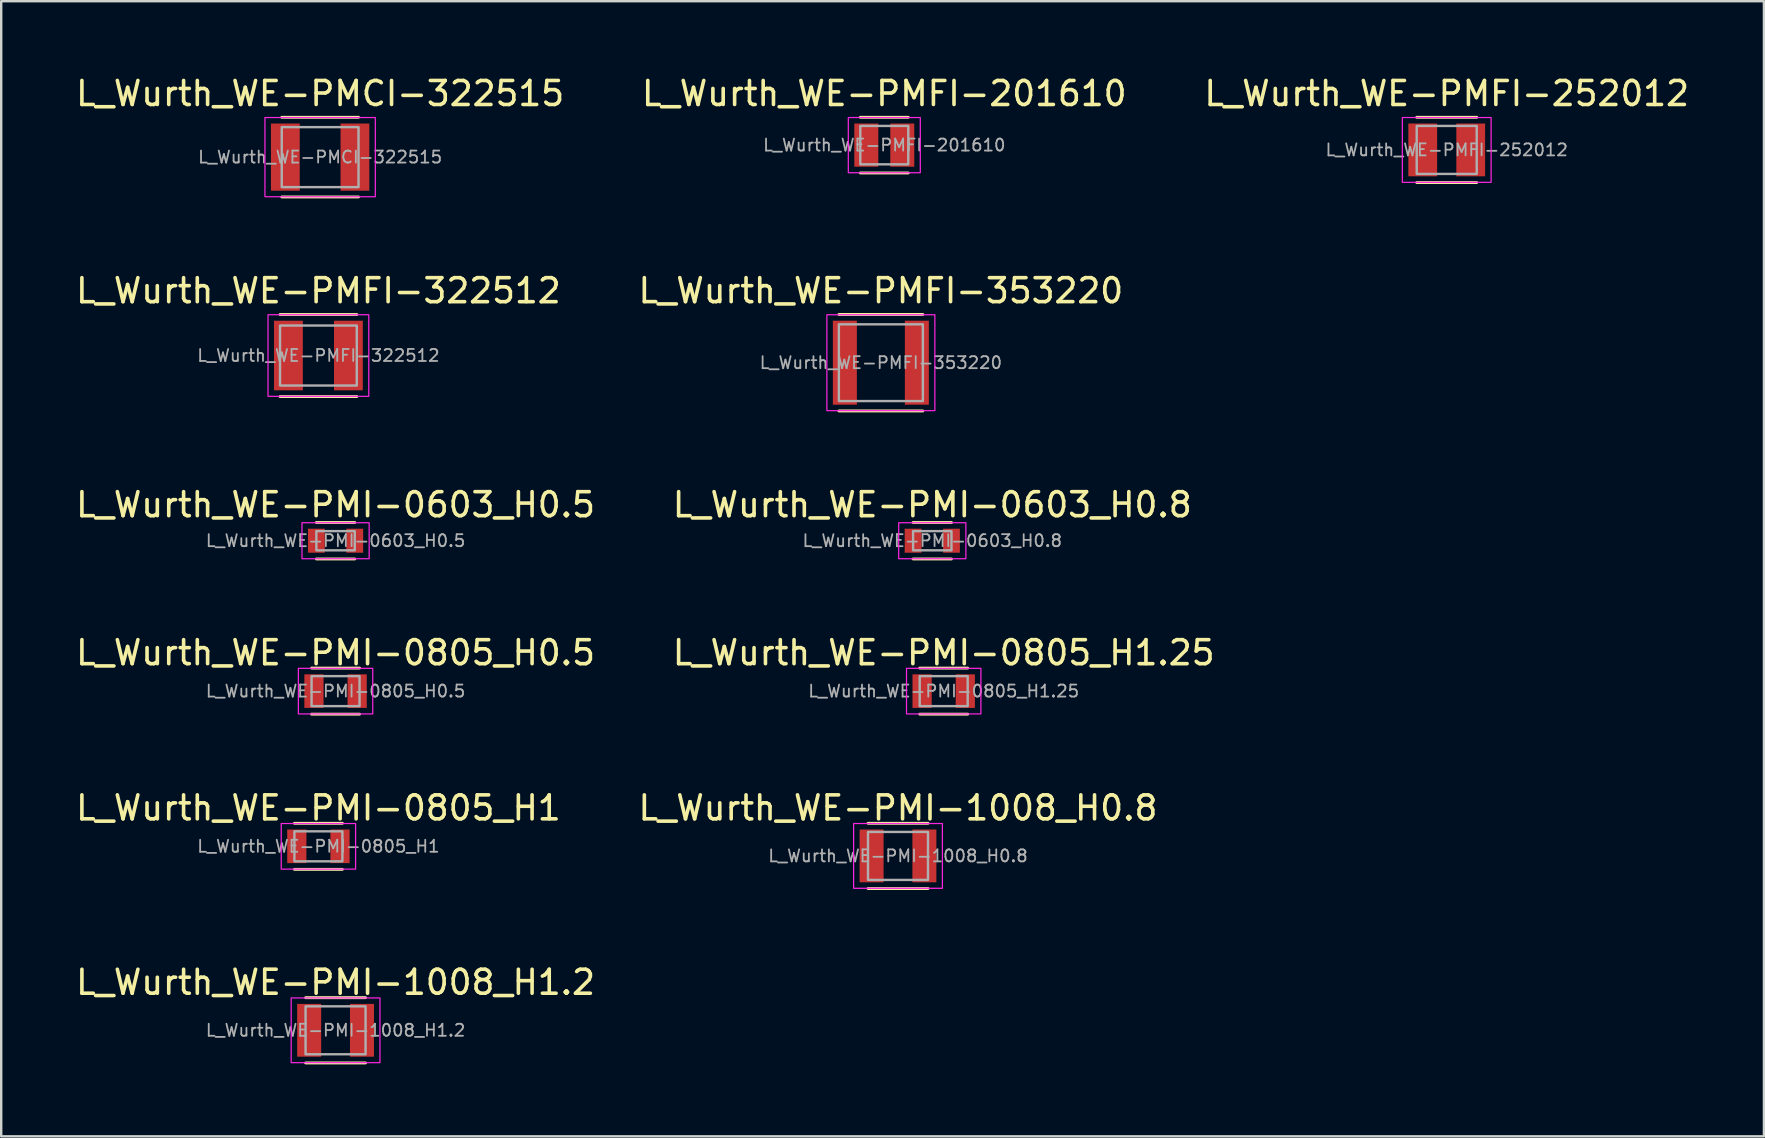
<source format=kicad_pcb>
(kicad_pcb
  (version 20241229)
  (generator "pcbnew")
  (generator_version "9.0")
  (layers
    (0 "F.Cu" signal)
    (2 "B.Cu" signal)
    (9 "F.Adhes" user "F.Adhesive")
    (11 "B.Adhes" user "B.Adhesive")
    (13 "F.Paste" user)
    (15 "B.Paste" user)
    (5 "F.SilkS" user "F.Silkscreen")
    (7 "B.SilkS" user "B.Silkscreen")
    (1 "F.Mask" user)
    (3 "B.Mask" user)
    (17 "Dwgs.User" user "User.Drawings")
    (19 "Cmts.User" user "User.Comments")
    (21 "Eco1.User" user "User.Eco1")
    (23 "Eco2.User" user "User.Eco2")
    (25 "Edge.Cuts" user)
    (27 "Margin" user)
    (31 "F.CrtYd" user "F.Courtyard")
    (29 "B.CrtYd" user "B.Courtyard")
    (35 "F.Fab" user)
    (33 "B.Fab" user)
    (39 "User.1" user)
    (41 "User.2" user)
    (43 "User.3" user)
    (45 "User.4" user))
  (footprint "L_Wurth_WE-PMI-0603_H0.8"
    (layer "F.Cu")
    (at 35.804 19.485)
    (property "Reference" "L_Wurth_WE-PMI-0603_H0.8" (at 0 -1.5 0) (unlocked yes) (layer "F.SilkS") (effects (font (size 1 1) (thickness 0.15))))
    (attr smd)
    (fp_line (start -0.8 -0.76) (end 0.8 -0.76) (stroke (width 0.12) (type solid)) (layer "F.SilkS"))
    (fp_line (start -0.8 0.76) (end 0.8 0.76) (stroke (width 0.12) (type solid)) (layer "F.SilkS"))
    (fp_rect (start -1.4 -0.75) (end 1.4 0.75) (stroke (width 0.05) (type solid)) (fill no) (layer "F.CrtYd"))
    (fp_rect (start -0.8 -0.4) (end 0.8 0.4) (stroke (width 0.1) (type solid)) (fill no) (layer "F.Fab"))
    (fp_text user "${REFERENCE}" (at 0 0 0) (unlocked yes) (layer "F.Fab") (effects (font (size 0.5 0.5) (thickness 0.075))))
    (pad "1" smd rect (at -0.8 0) (size 0.7 1) (layers "F.Cu" "F.Mask" "F.Paste"))
    (pad "2" smd rect (at 0.8 0) (size 0.7 1) (layers "F.Cu" "F.Mask" "F.Paste")))
  (footprint "L_Wurth_WE-PMI-0805_H0.5"
    (layer "F.Cu")
    (at 10.935 25.753)
    (property "Reference" "L_Wurth_WE-PMI-0805_H0.5" (at 0 -1.6 0) (unlocked yes) (layer "F.SilkS") (effects (font (size 1 1) (thickness 0.15))))
    (attr smd)
    (fp_line (start -1 -0.96) (end 1 -0.96) (stroke (width 0.12) (type solid)) (layer "F.SilkS"))
    (fp_line (start -1 0.96) (end 1 0.96) (stroke (width 0.12) (type solid)) (layer "F.SilkS"))
    (fp_rect (start -1.55 -0.95) (end 1.55 0.95) (stroke (width 0.05) (type solid)) (fill no) (layer "F.CrtYd"))
    (fp_rect (start -1 -0.625) (end 1 0.625) (stroke (width 0.1) (type solid)) (fill no) (layer "F.Fab"))
    (fp_text user "${REFERENCE}" (at 0 0 0) (unlocked yes) (layer "F.Fab") (effects (font (size 0.5 0.5) (thickness 0.075))))
    (pad "1" smd rect (at -0.9 0) (size 0.8 1.4) (layers "F.Cu" "F.Mask" "F.Paste"))
    (pad "2" smd rect (at 0.9 0) (size 0.8 1.4) (layers "F.Cu" "F.Mask" "F.Paste")))
  (footprint "L_Wurth_WE-PMFI-353220"
    (layer "F.Cu")
    (at 33.661 12.066)
    (property "Reference" "L_Wurth_WE-PMFI-353220" (at 0 -3 0) (unlocked yes) (layer "F.SilkS") (effects (font (size 1 1) (thickness 0.15))))
    (attr smd)
    (fp_line (start -1.75 -2.01) (end 1.75 -2.01) (stroke (width 0.12) (type solid)) (layer "F.SilkS"))
    (fp_line (start -1.75 2.01) (end 1.75 2.01) (stroke (width 0.12) (type solid)) (layer "F.SilkS"))
    (fp_rect (start -2.25 -2) (end 2.25 2) (stroke (width 0.05) (type solid)) (fill no) (layer "F.CrtYd"))
    (fp_rect (start -1.75 -1.6) (end 1.75 1.6) (stroke (width 0.1) (type solid)) (fill no) (layer "F.Fab"))
    (fp_text user "${REFERENCE}" (at 0 0 0) (unlocked yes) (layer "F.Fab") (effects (font (size 0.5 0.5) (thickness 0.075))))
    (pad "1" smd rect (at -1.5 0) (size 1 3.5) (layers "F.Cu" "F.Mask" "F.Paste"))
    (pad "2" smd rect (at 1.5 0) (size 1 3.5) (layers "F.Cu" "F.Mask" "F.Paste")))
  (footprint "L_Wurth_WE-PMFI-322512"
    (layer "F.Cu")
    (at 10.22 11.767)
    (property "Reference" "L_Wurth_WE-PMFI-322512" (at 0 -2.7 0) (unlocked yes) (layer "F.SilkS") (effects (font (size 1 1) (thickness 0.15))))
    (attr smd)
    (fp_line (start -1.6 -1.71) (end 1.6 -1.71) (stroke (width 0.12) (type solid)) (layer "F.SilkS"))
    (fp_line (start -1.6 1.71) (end 1.6 1.71) (stroke (width 0.12) (type solid)) (layer "F.SilkS"))
    (fp_rect (start -2.1 -1.7) (end 2.1 1.7) (stroke (width 0.05) (type solid)) (fill no) (layer "F.CrtYd"))
    (fp_rect (start -1.6 -1.25) (end 1.6 1.25) (stroke (width 0.1) (type solid)) (fill no) (layer "F.Fab"))
    (fp_text user "${REFERENCE}" (at 0 0 0) (unlocked yes) (layer "F.Fab") (effects (font (size 0.5 0.5) (thickness 0.075))))
    (pad "1" smd rect (at -1.25 0) (size 1.2 2.9) (layers "F.Cu" "F.Mask" "F.Paste"))
    (pad "2" smd rect (at 1.25 0) (size 1.2 2.9) (layers "F.Cu" "F.Mask" "F.Paste")))
  (footprint "L_Wurth_WE-PMI-1008_H1.2"
    (layer "F.Cu")
    (at 10.935 39.889)
    (property "Reference" "L_Wurth_WE-PMI-1008_H1.2" (at 0 -2 0) (unlocked yes) (layer "F.SilkS") (effects (font (size 1 1) (thickness 0.15))))
    (attr smd)
    (fp_line (start -1.25 -1.36) (end 1.25 -1.36) (stroke (width 0.12) (type solid)) (layer "F.SilkS"))
    (fp_line (start -1.25 1.36) (end 1.25 1.36) (stroke (width 0.12) (type solid)) (layer "F.SilkS"))
    (fp_rect (start -1.85 -1.35) (end 1.85 1.35) (stroke (width 0.05) (type solid)) (fill no) (layer "F.CrtYd"))
    (fp_rect (start -1.25 -1) (end 1.25 1) (stroke (width 0.1) (type solid)) (fill no) (layer "F.Fab"))
    (fp_text user "${REFERENCE}" (at 0 0 0) (unlocked yes) (layer "F.Fab") (effects (font (size 0.5 0.5) (thickness 0.075))))
    (pad "1" smd rect (at -1.1 0) (size 1 2.2) (layers "F.Cu" "F.Mask" "F.Paste"))
    (pad "2" smd rect (at 1.1 0) (size 1 2.2) (layers "F.Cu" "F.Mask" "F.Paste")))
  (footprint "L_Wurth_WE-PMFI-201610"
    (layer "F.Cu")
    (at 33.804 2.998)
    (property "Reference" "L_Wurth_WE-PMFI-201610" (at 0 -2.15 0) (unlocked yes) (layer "F.SilkS") (effects (font (size 1 1) (thickness 0.15))))
    (attr smd)
    (fp_line (start -1 -1.16) (end 1 -1.16) (stroke (width 0.12) (type solid)) (layer "F.SilkS"))
    (fp_line (start -1 1.16) (end 1 1.16) (stroke (width 0.12) (type solid)) (layer "F.SilkS"))
    (fp_rect (start -1.5 -1.15) (end 1.5 1.15) (stroke (width 0.05) (type solid)) (fill no) (layer "F.CrtYd"))
    (fp_rect (start -1 -0.8) (end 1 0.8) (stroke (width 0.1) (type solid)) (fill no) (layer "F.Fab"))
    (fp_text user "${REFERENCE}" (at 0 0 0) (unlocked yes) (layer "F.Fab") (effects (font (size 0.5 0.5) (thickness 0.075))))
    (pad "1" smd rect (at -0.75 0) (size 1 1.8) (layers "F.Cu" "F.Mask" "F.Paste"))
    (pad "2" smd rect (at 0.75 0) (size 1 1.8) (layers "F.Cu" "F.Mask" "F.Paste")))
  (footprint "L_Wurth_WE-PMI-0603_H0.5"
    (layer "F.Cu")
    (at 10.935 19.485)
    (property "Reference" "L_Wurth_WE-PMI-0603_H0.5" (at 0 -1.5 0) (unlocked yes) (layer "F.SilkS") (effects (font (size 1 1) (thickness 0.15))))
    (attr smd)
    (fp_line (start -0.8 -0.76) (end 0.8 -0.76) (stroke (width 0.12) (type solid)) (layer "F.SilkS"))
    (fp_line (start -0.8 0.76) (end 0.8 0.76) (stroke (width 0.12) (type solid)) (layer "F.SilkS"))
    (fp_rect (start -1.4 -0.75) (end 1.4 0.75) (stroke (width 0.05) (type solid)) (fill no) (layer "F.CrtYd"))
    (fp_rect (start -0.8 -0.4) (end 0.8 0.4) (stroke (width 0.1) (type solid)) (fill no) (layer "F.Fab"))
    (fp_text user "${REFERENCE}" (at 0 0 0) (unlocked yes) (layer "F.Fab") (effects (font (size 0.5 0.5) (thickness 0.075))))
    (pad "1" smd rect (at -0.8 0) (size 0.7 1) (layers "F.Cu" "F.Mask" "F.Paste"))
    (pad "2" smd rect (at 0.8 0) (size 0.7 1) (layers "F.Cu" "F.Mask" "F.Paste")))
  (footprint "L_Wurth_WE-PMI-0805_H1"
    (layer "F.Cu")
    (at 10.22 32.221)
    (property "Reference" "L_Wurth_WE-PMI-0805_H1" (at 0 -1.6 0) (unlocked yes) (layer "F.SilkS") (effects (font (size 1 1) (thickness 0.15))))
    (attr smd)
    (fp_line (start -1 -0.96) (end 1 -0.96) (stroke (width 0.12) (type solid)) (layer "F.SilkS"))
    (fp_line (start -1 0.96) (end 1 0.96) (stroke (width 0.12) (type solid)) (layer "F.SilkS"))
    (fp_rect (start -1.55 -0.95) (end 1.55 0.95) (stroke (width 0.05) (type solid)) (fill no) (layer "F.CrtYd"))
    (fp_rect (start -1 -0.625) (end 1 0.625) (stroke (width 0.1) (type solid)) (fill no) (layer "F.Fab"))
    (fp_text user "${REFERENCE}" (at 0 0 0) (unlocked yes) (layer "F.Fab") (effects (font (size 0.5 0.5) (thickness 0.075))))
    (pad "1" smd rect (at -0.9 0) (size 0.8 1.4) (layers "F.Cu" "F.Mask" "F.Paste"))
    (pad "2" smd rect (at 0.9 0) (size 0.8 1.4) (layers "F.Cu" "F.Mask" "F.Paste")))
  (footprint "L_Wurth_WE-PMCI-322515"
    (layer "F.Cu")
    (at 10.292 3.498)
    (property "Reference" "L_Wurth_WE-PMCI-322515" (at 0 -2.65 0) (unlocked yes) (layer "F.SilkS") (effects (font (size 1 1) (thickness 0.15))))
    (attr smd)
    (fp_line (start -1.6 -1.66) (end 1.6 -1.66) (stroke (width 0.12) (type solid)) (layer "F.SilkS"))
    (fp_line (start -1.6 1.66) (end 1.6 1.66) (stroke (width 0.12) (type solid)) (layer "F.SilkS"))
    (fp_rect (start -2.3 -1.65) (end 2.3 1.65) (stroke (width 0.05) (type solid)) (fill no) (layer "F.CrtYd"))
    (fp_rect (start -1.6 -1.25) (end 1.6 1.25) (stroke (width 0.1) (type solid)) (fill no) (layer "F.Fab"))
    (fp_text user "${REFERENCE}" (at 0 0 0) (unlocked yes) (layer "F.Fab") (effects (font (size 0.5 0.5) (thickness 0.075))))
    (pad "1" smd rect (at -1.45 0) (size 1.2 2.8) (layers "F.Cu" "F.Mask" "F.Paste"))
    (pad "2" smd rect (at 1.45 0) (size 1.2 2.8) (layers "F.Cu" "F.Mask" "F.Paste")))
  (footprint "L_Wurth_WE-PMFI-252012"
    (layer "F.Cu")
    (at 57.244 3.198)
    (property "Reference" "L_Wurth_WE-PMFI-252012" (at 0 -2.35 0) (unlocked yes) (layer "F.SilkS") (effects (font (size 1 1) (thickness 0.15))))
    (attr smd)
    (fp_line (start -1.25 -1.36) (end 1.25 -1.36) (stroke (width 0.12) (type solid)) (layer "F.SilkS"))
    (fp_line (start -1.25 1.36) (end 1.25 1.36) (stroke (width 0.12) (type solid)) (layer "F.SilkS"))
    (fp_rect (start -1.85 -1.35) (end 1.85 1.35) (stroke (width 0.05) (type solid)) (fill no) (layer "F.CrtYd"))
    (fp_rect (start -1.25 -1) (end 1.25 1) (stroke (width 0.1) (type solid)) (fill no) (layer "F.Fab"))
    (fp_text user "${REFERENCE}" (at 0 0 0) (unlocked yes) (layer "F.Fab") (effects (font (size 0.5 0.5) (thickness 0.075))))
    (pad "1" smd rect (at -1 0) (size 1.2 2.2) (layers "F.Cu" "F.Mask" "F.Paste"))
    (pad "2" smd rect (at 1 0) (size 1.2 2.2) (layers "F.Cu" "F.Mask" "F.Paste")))
  (footprint "L_Wurth_WE-PMI-0805_H1.25"
    (layer "F.Cu")
    (at 36.28 25.753)
    (property "Reference" "L_Wurth_WE-PMI-0805_H1.25" (at 0 -1.6 0) (unlocked yes) (layer "F.SilkS") (effects (font (size 1 1) (thickness 0.15))))
    (attr smd)
    (fp_line (start -1 -0.96) (end 1 -0.96) (stroke (width 0.12) (type solid)) (layer "F.SilkS"))
    (fp_line (start -1 0.96) (end 1 0.96) (stroke (width 0.12) (type solid)) (layer "F.SilkS"))
    (fp_rect (start -1.55 -0.95) (end 1.55 0.95) (stroke (width 0.05) (type solid)) (fill no) (layer "F.CrtYd"))
    (fp_rect (start -1 -0.625) (end 1 0.625) (stroke (width 0.1) (type solid)) (fill no) (layer "F.Fab"))
    (fp_text user "${REFERENCE}" (at 0 0 0) (unlocked yes) (layer "F.Fab") (effects (font (size 0.5 0.5) (thickness 0.075))))
    (pad "1" smd rect (at -0.9 0) (size 0.8 1.4) (layers "F.Cu" "F.Mask" "F.Paste"))
    (pad "2" smd rect (at 0.9 0) (size 0.8 1.4) (layers "F.Cu" "F.Mask" "F.Paste")))
  (footprint "L_Wurth_WE-PMI-1008_H0.8"
    (layer "F.Cu")
    (at 34.375 32.621)
    (property "Reference" "L_Wurth_WE-PMI-1008_H0.8" (at 0 -2 0) (unlocked yes) (layer "F.SilkS") (effects (font (size 1 1) (thickness 0.15))))
    (attr smd)
    (fp_line (start -1.25 -1.36) (end 1.25 -1.36) (stroke (width 0.12) (type solid)) (layer "F.SilkS"))
    (fp_line (start -1.25 1.36) (end 1.25 1.36) (stroke (width 0.12) (type solid)) (layer "F.SilkS"))
    (fp_rect (start -1.85 -1.35) (end 1.85 1.35) (stroke (width 0.05) (type solid)) (fill no) (layer "F.CrtYd"))
    (fp_rect (start -1.25 -1) (end 1.25 1) (stroke (width 0.1) (type solid)) (fill no) (layer "F.Fab"))
    (fp_text user "${REFERENCE}" (at 0 0 0) (unlocked yes) (layer "F.Fab") (effects (font (size 0.5 0.5) (thickness 0.075))))
    (pad "1" smd rect (at -1.1 0) (size 1 2.2) (layers "F.Cu" "F.Mask" "F.Paste"))
    (pad "2" smd rect (at 1.1 0) (size 1 2.2) (layers "F.Cu" "F.Mask" "F.Paste")))
  (gr_rect
    (start -3 -3)
    (end 70.464 44.309)
    (stroke (width 0.1) (type default))
    (fill no)
    (layer "Edge.Cuts")))
</source>
